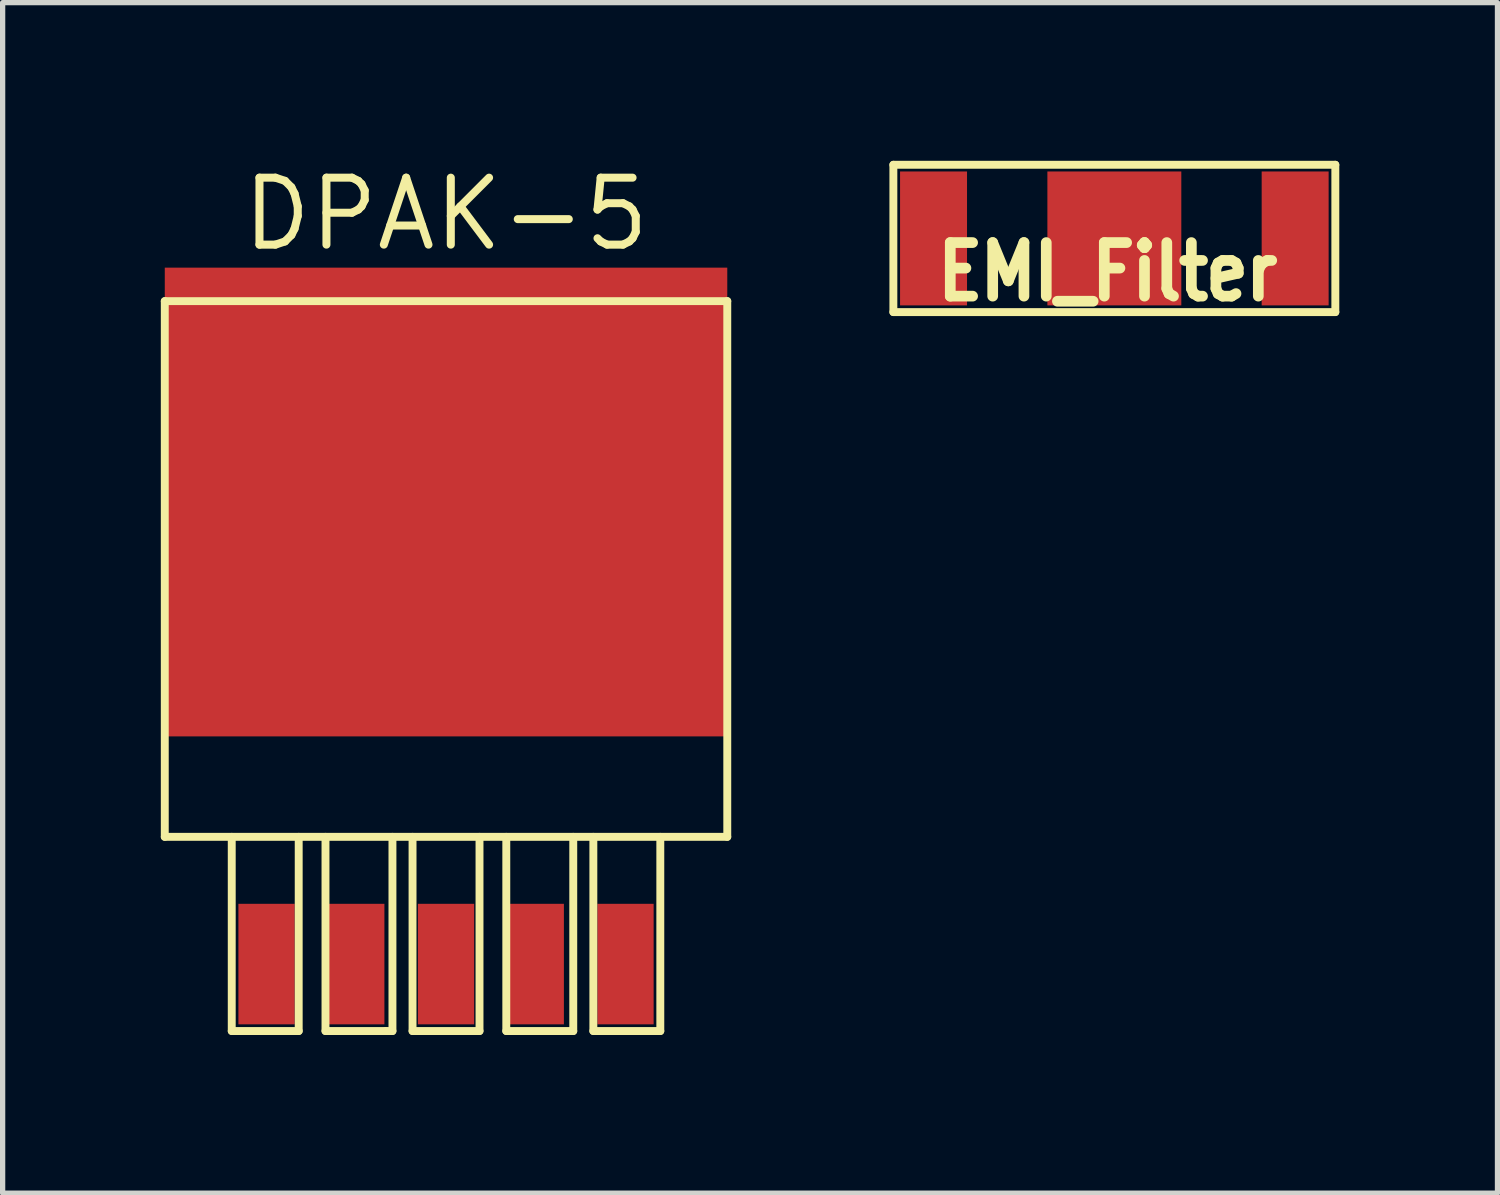
<source format=kicad_pcb>
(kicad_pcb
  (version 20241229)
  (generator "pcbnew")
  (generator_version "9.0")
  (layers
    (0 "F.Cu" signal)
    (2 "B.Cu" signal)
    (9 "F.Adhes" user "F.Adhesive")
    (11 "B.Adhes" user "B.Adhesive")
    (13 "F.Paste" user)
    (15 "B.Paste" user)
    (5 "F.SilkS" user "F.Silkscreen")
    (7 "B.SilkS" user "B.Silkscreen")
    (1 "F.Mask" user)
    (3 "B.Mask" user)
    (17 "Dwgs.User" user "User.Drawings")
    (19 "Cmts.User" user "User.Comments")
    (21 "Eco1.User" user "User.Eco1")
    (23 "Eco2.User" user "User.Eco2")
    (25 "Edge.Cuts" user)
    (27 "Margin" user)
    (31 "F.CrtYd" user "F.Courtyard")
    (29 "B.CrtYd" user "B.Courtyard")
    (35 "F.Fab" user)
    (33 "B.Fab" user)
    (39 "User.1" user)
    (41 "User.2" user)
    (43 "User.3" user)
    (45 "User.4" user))
  (footprint "DPAK-5"
    (layer "F.Cu")
    (at 5.409 15.234)
    (property "Reference" "DPAK-5" (at 0 -14.224 0) (layer "F.SilkS") (effects (font (size 1.27 1.27) (thickness 0.152))))
    (attr through_hole)
    (fp_line (start -5.334 -12.573) (end -5.334 -2.413) (stroke (width 0.15) (type solid)) (layer "F.SilkS"))
    (fp_line (start -5.334 -2.413) (end 5.334 -2.413) (stroke (width 0.15) (type solid)) (layer "F.SilkS"))
    (fp_line (start -4.064 -2.413) (end -4.064 1.27) (stroke (width 0.15) (type solid)) (layer "F.SilkS"))
    (fp_line (start -4.064 1.27) (end -2.794 1.27) (stroke (width 0.15) (type solid)) (layer "F.SilkS"))
    (fp_line (start -2.794 1.27) (end -2.794 -2.413) (stroke (width 0.15) (type solid)) (layer "F.SilkS"))
    (fp_line (start -2.286 -2.413) (end -2.286 1.27) (stroke (width 0.15) (type solid)) (layer "F.SilkS"))
    (fp_line (start -2.286 1.27) (end -1.143 1.27) (stroke (width 0.15) (type solid)) (layer "F.SilkS"))
    (fp_line (start -1.143 1.27) (end -1.016 1.27) (stroke (width 0.15) (type solid)) (layer "F.SilkS"))
    (fp_line (start -1.016 1.27) (end -1.016 -2.413) (stroke (width 0.15) (type solid)) (layer "F.SilkS"))
    (fp_line (start -0.635 -2.413) (end -0.635 1.27) (stroke (width 0.15) (type solid)) (layer "F.SilkS"))
    (fp_line (start -0.635 1.27) (end 0.635 1.27) (stroke (width 0.15) (type solid)) (layer "F.SilkS"))
    (fp_line (start 0.635 1.27) (end 0.635 -2.413) (stroke (width 0.15) (type solid)) (layer "F.SilkS"))
    (fp_line (start 1.143 -2.413) (end 1.143 1.27) (stroke (width 0.15) (type solid)) (layer "F.SilkS"))
    (fp_line (start 1.143 1.27) (end 2.413 1.27) (stroke (width 0.15) (type solid)) (layer "F.SilkS"))
    (fp_line (start 2.413 1.27) (end 2.413 -2.413) (stroke (width 0.15) (type solid)) (layer "F.SilkS"))
    (fp_line (start 2.794 -2.413) (end 2.794 1.27) (stroke (width 0.15) (type solid)) (layer "F.SilkS"))
    (fp_line (start 2.794 1.27) (end 4.064 1.27) (stroke (width 0.15) (type solid)) (layer "F.SilkS"))
    (fp_line (start 4.064 1.27) (end 4.064 -2.413) (stroke (width 0.15) (type solid)) (layer "F.SilkS"))
    (fp_line (start 5.334 -12.573) (end -5.334 -12.573) (stroke (width 0.15) (type solid)) (layer "F.SilkS"))
    (fp_line (start 5.334 -2.413) (end 5.334 -12.573) (stroke (width 0.15) (type solid)) (layer "F.SilkS"))
    (pad "1" smd rect (at -3.404 0) (size 1.067 2.286) (layers "F.Cu" "F.Mask" "F.Paste"))
    (pad "2" smd rect (at -1.702 0) (size 1.067 2.286) (layers "F.Cu" "F.Mask" "F.Paste"))
    (pad "3" smd rect (at 0 -8.763) (size 10.668 8.89) (layers "F.Cu" "F.Mask" "F.Paste"))
    (pad "3" smd rect (at 0 0) (size 1.067 2.286) (layers "F.Cu" "F.Mask" "F.Paste"))
    (pad "4" smd rect (at 1.702 0) (size 1.067 2.286) (layers "F.Cu" "F.Mask" "F.Paste"))
    (pad "5" smd rect (at 3.404 0) (size 1.067 2.286) (layers "F.Cu" "F.Mask" "F.Paste")))
  (footprint "EMI_Filter"
    (layer "F.Cu")
    (at 18.084 1.472)
    (property "Reference" "EMI_Filter" (at -0.127 0.635 0) (layer "F.SilkS") (effects (font (size 1.016 0.889) (thickness 0.203))))
    (attr through_hole)
    (fp_line (start -4.191 -1.397) (end -4.191 1.397) (stroke (width 0.15) (type solid)) (layer "F.SilkS"))
    (fp_line (start -4.191 1.397) (end 4.191 1.397) (stroke (width 0.15) (type solid)) (layer "F.SilkS"))
    (fp_line (start 4.191 -1.397) (end -4.191 -1.397) (stroke (width 0.15) (type solid)) (layer "F.SilkS"))
    (fp_line (start 4.191 1.397) (end 4.191 -1.397) (stroke (width 0.15) (type solid)) (layer "F.SilkS"))
    (pad "GND" smd rect (at 0 0) (size 2.54 2.54) (layers "F.Cu" "F.Mask" "F.Paste"))
    (pad "VI" smd rect (at -3.429 0) (size 1.27 2.54) (layers "F.Cu" "F.Mask" "F.Paste"))
    (pad "VO" smd rect (at 3.429 0) (size 1.27 2.54) (layers "F.Cu" "F.Mask" "F.Paste")))
  (gr_rect
    (start -3 -3)
    (end 25.35 19.579)
    (stroke (width 0.1) (type default))
    (fill no)
    (layer "Edge.Cuts")))
</source>
